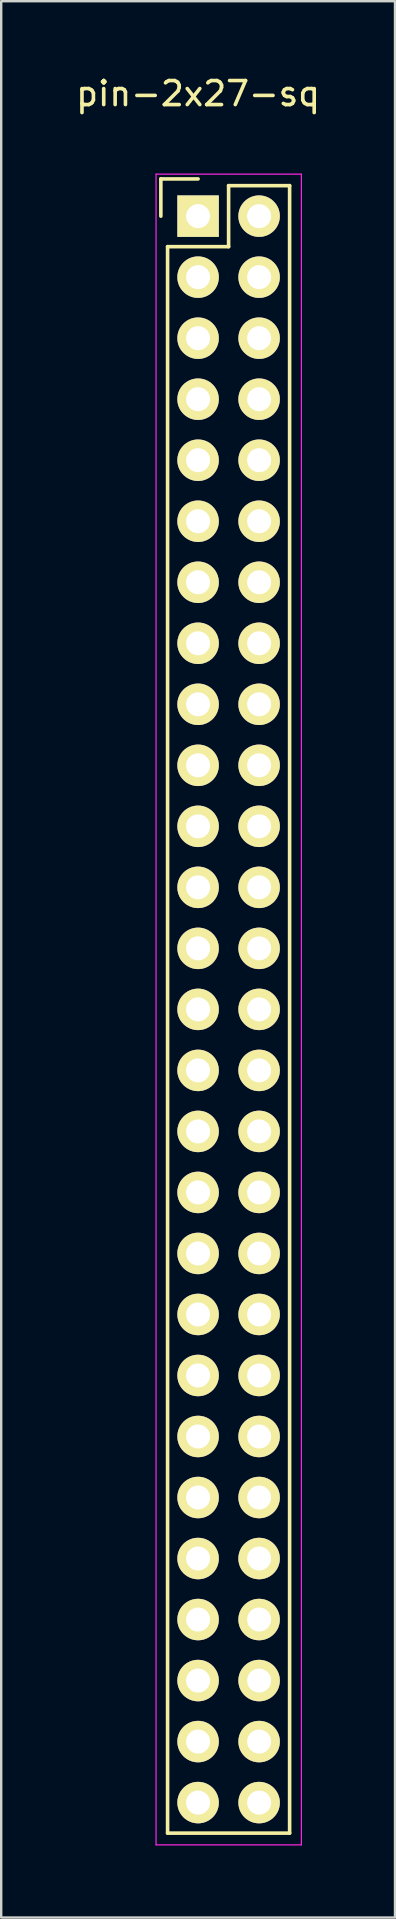
<source format=kicad_pcb>
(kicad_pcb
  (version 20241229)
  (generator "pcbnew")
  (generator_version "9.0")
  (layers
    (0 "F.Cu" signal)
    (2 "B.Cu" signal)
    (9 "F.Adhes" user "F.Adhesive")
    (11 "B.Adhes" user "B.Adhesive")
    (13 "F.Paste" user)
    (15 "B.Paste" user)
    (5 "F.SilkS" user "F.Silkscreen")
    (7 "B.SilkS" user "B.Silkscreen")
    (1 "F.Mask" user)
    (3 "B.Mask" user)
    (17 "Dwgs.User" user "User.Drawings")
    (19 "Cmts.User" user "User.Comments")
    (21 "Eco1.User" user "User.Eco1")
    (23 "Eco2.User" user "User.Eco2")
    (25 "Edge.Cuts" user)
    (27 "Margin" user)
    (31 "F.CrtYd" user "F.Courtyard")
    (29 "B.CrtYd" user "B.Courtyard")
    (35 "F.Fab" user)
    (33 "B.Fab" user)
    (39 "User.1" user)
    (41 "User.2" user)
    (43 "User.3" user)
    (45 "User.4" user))
  (footprint "pin-2x27-sq"
    (layer "F.Cu")
    (at 5.196 5.948)
    (property "Reference" "pin-2x27-sq" (at 0 -5.1 0) (layer "F.SilkS") (effects (font (size 1 1) (thickness 0.15))))
    (attr through_hole)
    (fp_line (start -1.55 -1.55) (end -1.55 0) (stroke (width 0.15) (type solid)) (layer "F.SilkS"))
    (fp_line (start -1.27 1.27) (end -1.27 67.31) (stroke (width 0.15) (type solid)) (layer "F.SilkS"))
    (fp_line (start 0 -1.55) (end -1.55 -1.55) (stroke (width 0.15) (type solid)) (layer "F.SilkS"))
    (fp_line (start 1.27 -1.27) (end 1.27 1.27) (stroke (width 0.15) (type solid)) (layer "F.SilkS"))
    (fp_line (start 1.27 1.27) (end -1.27 1.27) (stroke (width 0.15) (type solid)) (layer "F.SilkS"))
    (fp_line (start 3.81 -1.27) (end 1.27 -1.27) (stroke (width 0.15) (type solid)) (layer "F.SilkS"))
    (fp_line (start 3.81 67.31) (end -1.27 67.31) (stroke (width 0.15) (type solid)) (layer "F.SilkS"))
    (fp_line (start 3.81 67.31) (end 3.81 -1.27) (stroke (width 0.15) (type solid)) (layer "F.SilkS"))
    (fp_line (start -1.75 -1.75) (end -1.75 67.8) (stroke (width 0.05) (type solid)) (layer "F.CrtYd"))
    (fp_line (start -1.75 -1.75) (end 4.3 -1.75) (stroke (width 0.05) (type solid)) (layer "F.CrtYd"))
    (fp_line (start -1.75 67.8) (end 4.3 67.8) (stroke (width 0.05) (type solid)) (layer "F.CrtYd"))
    (fp_line (start 4.3 -1.75) (end 4.3 67.8) (stroke (width 0.05) (type solid)) (layer "F.CrtYd"))
    (pad "1" thru_hole rect (at 0 0) (size 1.727 1.727) (drill 1) (layers "*.Cu" "*.Mask" "F.SilkS"))
    (pad "2" thru_hole oval (at 2.54 0) (size 1.727 1.727) (drill 1) (layers "*.Cu" "*.Mask" "F.SilkS"))
    (pad "3" thru_hole oval (at 0 2.54) (size 1.727 1.727) (drill 1) (layers "*.Cu" "*.Mask" "F.SilkS"))
    (pad "4" thru_hole oval (at 2.54 2.54) (size 1.727 1.727) (drill 1) (layers "*.Cu" "*.Mask" "F.SilkS"))
    (pad "5" thru_hole oval (at 0 5.08) (size 1.727 1.727) (drill 1) (layers "*.Cu" "*.Mask" "F.SilkS"))
    (pad "6" thru_hole oval (at 2.54 5.08) (size 1.727 1.727) (drill 1) (layers "*.Cu" "*.Mask" "F.SilkS"))
    (pad "7" thru_hole oval (at 0 7.62) (size 1.727 1.727) (drill 1) (layers "*.Cu" "*.Mask" "F.SilkS"))
    (pad "8" thru_hole oval (at 2.54 7.62) (size 1.727 1.727) (drill 1) (layers "*.Cu" "*.Mask" "F.SilkS"))
    (pad "9" thru_hole oval (at 0 10.16) (size 1.727 1.727) (drill 1) (layers "*.Cu" "*.Mask" "F.SilkS"))
    (pad "10" thru_hole oval (at 2.54 10.16) (size 1.727 1.727) (drill 1) (layers "*.Cu" "*.Mask" "F.SilkS"))
    (pad "11" thru_hole oval (at 0 12.7) (size 1.727 1.727) (drill 1) (layers "*.Cu" "*.Mask" "F.SilkS"))
    (pad "12" thru_hole oval (at 2.54 12.7) (size 1.727 1.727) (drill 1) (layers "*.Cu" "*.Mask" "F.SilkS"))
    (pad "13" thru_hole oval (at 0 15.24) (size 1.727 1.727) (drill 1) (layers "*.Cu" "*.Mask" "F.SilkS"))
    (pad "14" thru_hole oval (at 2.54 15.24) (size 1.727 1.727) (drill 1) (layers "*.Cu" "*.Mask" "F.SilkS"))
    (pad "15" thru_hole oval (at 0 17.78) (size 1.727 1.727) (drill 1) (layers "*.Cu" "*.Mask" "F.SilkS"))
    (pad "16" thru_hole oval (at 2.54 17.78) (size 1.727 1.727) (drill 1) (layers "*.Cu" "*.Mask" "F.SilkS"))
    (pad "17" thru_hole oval (at 0 20.32) (size 1.727 1.727) (drill 1) (layers "*.Cu" "*.Mask" "F.SilkS"))
    (pad "18" thru_hole oval (at 2.54 20.32) (size 1.727 1.727) (drill 1) (layers "*.Cu" "*.Mask" "F.SilkS"))
    (pad "19" thru_hole oval (at 0 22.86) (size 1.727 1.727) (drill 1) (layers "*.Cu" "*.Mask" "F.SilkS"))
    (pad "20" thru_hole oval (at 2.54 22.86) (size 1.727 1.727) (drill 1) (layers "*.Cu" "*.Mask" "F.SilkS"))
    (pad "21" thru_hole oval (at 0 25.4) (size 1.727 1.727) (drill 1) (layers "*.Cu" "*.Mask" "F.SilkS"))
    (pad "22" thru_hole oval (at 2.54 25.4) (size 1.727 1.727) (drill 1) (layers "*.Cu" "*.Mask" "F.SilkS"))
    (pad "23" thru_hole oval (at 0 27.94) (size 1.727 1.727) (drill 1) (layers "*.Cu" "*.Mask" "F.SilkS"))
    (pad "24" thru_hole oval (at 2.54 27.94) (size 1.727 1.727) (drill 1) (layers "*.Cu" "*.Mask" "F.SilkS"))
    (pad "25" thru_hole oval (at 0 30.48) (size 1.727 1.727) (drill 1) (layers "*.Cu" "*.Mask" "F.SilkS"))
    (pad "26" thru_hole oval (at 2.54 30.48) (size 1.727 1.727) (drill 1) (layers "*.Cu" "*.Mask" "F.SilkS"))
    (pad "27" thru_hole oval (at 0 33.02) (size 1.727 1.727) (drill 1) (layers "*.Cu" "*.Mask" "F.SilkS"))
    (pad "28" thru_hole oval (at 2.54 33.02) (size 1.727 1.727) (drill 1) (layers "*.Cu" "*.Mask" "F.SilkS"))
    (pad "29" thru_hole oval (at 0 35.56) (size 1.727 1.727) (drill 1) (layers "*.Cu" "*.Mask" "F.SilkS"))
    (pad "30" thru_hole oval (at 2.54 35.56) (size 1.727 1.727) (drill 1) (layers "*.Cu" "*.Mask" "F.SilkS"))
    (pad "31" thru_hole oval (at 0 38.1) (size 1.727 1.727) (drill 1) (layers "*.Cu" "*.Mask" "F.SilkS"))
    (pad "32" thru_hole oval (at 2.54 38.1) (size 1.727 1.727) (drill 1) (layers "*.Cu" "*.Mask" "F.SilkS"))
    (pad "33" thru_hole oval (at 0 40.64) (size 1.727 1.727) (drill 1) (layers "*.Cu" "*.Mask" "F.SilkS"))
    (pad "34" thru_hole oval (at 2.54 40.64) (size 1.727 1.727) (drill 1) (layers "*.Cu" "*.Mask" "F.SilkS"))
    (pad "35" thru_hole oval (at 0 43.18) (size 1.727 1.727) (drill 1) (layers "*.Cu" "*.Mask" "F.SilkS"))
    (pad "36" thru_hole oval (at 2.54 43.18) (size 1.727 1.727) (drill 1) (layers "*.Cu" "*.Mask" "F.SilkS"))
    (pad "37" thru_hole oval (at 0 45.72) (size 1.727 1.727) (drill 1) (layers "*.Cu" "*.Mask" "F.SilkS"))
    (pad "38" thru_hole oval (at 2.54 45.72) (size 1.727 1.727) (drill 1) (layers "*.Cu" "*.Mask" "F.SilkS"))
    (pad "39" thru_hole oval (at 0 48.26) (size 1.727 1.727) (drill 1) (layers "*.Cu" "*.Mask" "F.SilkS"))
    (pad "40" thru_hole oval (at 2.54 48.26) (size 1.727 1.727) (drill 1) (layers "*.Cu" "*.Mask" "F.SilkS"))
    (pad "41" thru_hole oval (at 0 50.8) (size 1.727 1.727) (drill 1) (layers "*.Cu" "*.Mask" "F.SilkS"))
    (pad "42" thru_hole oval (at 2.54 50.8) (size 1.727 1.727) (drill 1) (layers "*.Cu" "*.Mask" "F.SilkS"))
    (pad "43" thru_hole oval (at 0 53.34) (size 1.727 1.727) (drill 1) (layers "*.Cu" "*.Mask" "F.SilkS"))
    (pad "44" thru_hole oval (at 2.54 53.34) (size 1.727 1.727) (drill 1) (layers "*.Cu" "*.Mask" "F.SilkS"))
    (pad "45" thru_hole oval (at 0 55.88) (size 1.727 1.727) (drill 1) (layers "*.Cu" "*.Mask" "F.SilkS"))
    (pad "46" thru_hole oval (at 2.54 55.88) (size 1.727 1.727) (drill 1) (layers "*.Cu" "*.Mask" "F.SilkS"))
    (pad "47" thru_hole oval (at 0 58.42) (size 1.727 1.727) (drill 1) (layers "*.Cu" "*.Mask" "F.SilkS"))
    (pad "48" thru_hole oval (at 2.54 58.42) (size 1.727 1.727) (drill 1) (layers "*.Cu" "*.Mask" "F.SilkS"))
    (pad "49" thru_hole oval (at 0 60.96) (size 1.727 1.727) (drill 1) (layers "*.Cu" "*.Mask" "F.SilkS"))
    (pad "50" thru_hole oval (at 2.54 60.96) (size 1.727 1.727) (drill 1) (layers "*.Cu" "*.Mask" "F.SilkS"))
    (pad "51" thru_hole oval (at 0 63.5) (size 1.727 1.727) (drill 1) (layers "*.Cu" "*.Mask" "F.SilkS"))
    (pad "52" thru_hole oval (at 2.54 63.5) (size 1.727 1.727) (drill 1) (layers "*.Cu" "*.Mask" "F.SilkS"))
    (pad "53" thru_hole oval (at 0 66.04) (size 1.727 1.727) (drill 1) (layers "*.Cu" "*.Mask" "F.SilkS"))
    (pad "54" thru_hole oval (at 2.54 66.04) (size 1.727 1.727) (drill 1) (layers "*.Cu" "*.Mask" "F.SilkS")))
  (gr_rect
    (start -3 -3)
    (end 13.393 76.773)
    (stroke (width 0.1) (type default))
    (fill no)
    (layer "Edge.Cuts")))
</source>
